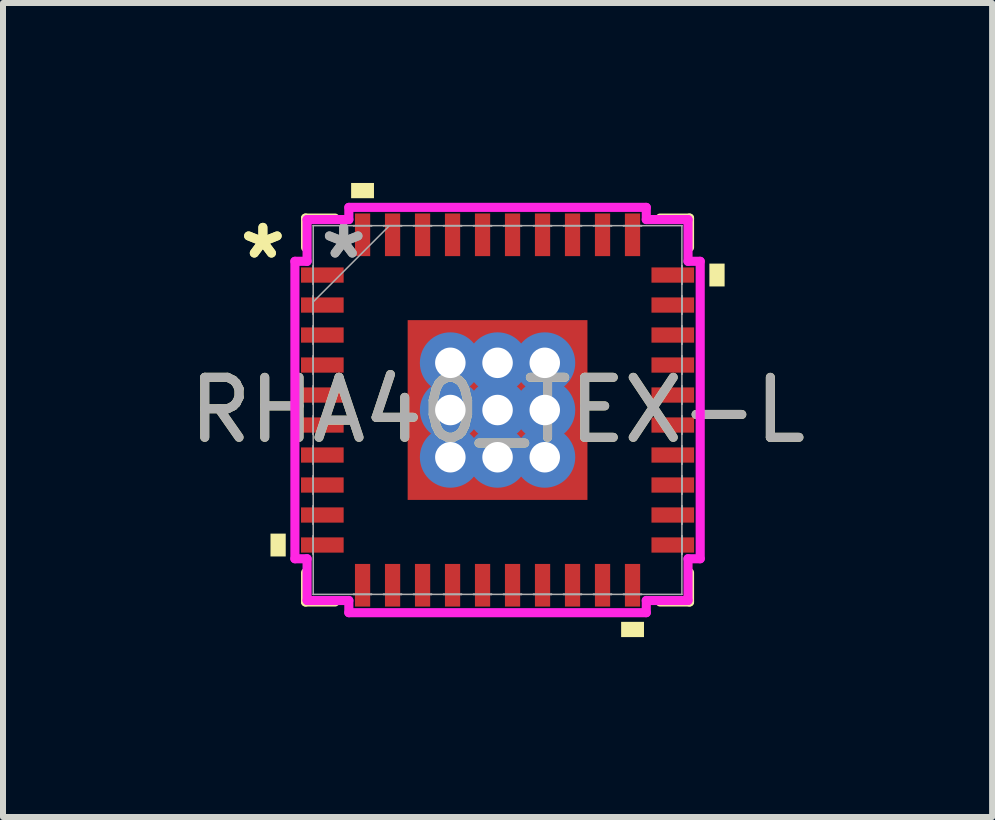
<source format=kicad_pcb>
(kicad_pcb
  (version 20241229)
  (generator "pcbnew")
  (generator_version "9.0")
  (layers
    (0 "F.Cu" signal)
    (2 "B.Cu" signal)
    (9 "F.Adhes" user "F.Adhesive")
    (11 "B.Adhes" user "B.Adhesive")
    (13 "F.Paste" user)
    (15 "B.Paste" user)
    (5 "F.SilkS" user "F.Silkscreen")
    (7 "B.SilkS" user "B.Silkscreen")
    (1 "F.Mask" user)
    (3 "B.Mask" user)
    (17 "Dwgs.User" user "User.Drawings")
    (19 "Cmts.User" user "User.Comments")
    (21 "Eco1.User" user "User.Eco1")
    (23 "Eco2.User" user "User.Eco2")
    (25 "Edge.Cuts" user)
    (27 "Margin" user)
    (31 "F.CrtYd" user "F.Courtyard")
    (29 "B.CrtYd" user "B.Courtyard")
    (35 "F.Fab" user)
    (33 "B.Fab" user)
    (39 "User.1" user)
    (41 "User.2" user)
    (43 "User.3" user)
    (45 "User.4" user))
  (footprint "RHA40_TEX-L"
    (layer "F.Cu")
    (at 5.244 3.785)
    (property "Reference" "RHA40_TEX-L" (at 0 0 0) (unlocked yes) (layer "F.SilkS") (effects (font (size 1 1) (thickness 0.15))))
    (attr smd)
    (fp_poly (pts (xy -1.562 -1.562) (xy -0.987 -1.562) (xy -0.987 1.562) (xy -1.562 1.562)) (stroke (width 0) (type solid)) (fill yes) (layer "F.Mask"))
    (fp_poly (pts (xy -1.562 -1.562) (xy 1.562 -1.562) (xy 1.562 -0.987) (xy -1.562 -0.987)) (stroke (width 0) (type solid)) (fill yes) (layer "F.Mask"))
    (fp_poly (pts (xy -1.562 -0.587) (xy 1.562 -0.587) (xy 1.562 -0.2) (xy -1.562 -0.2)) (stroke (width 0) (type solid)) (fill yes) (layer "F.Mask"))
    (fp_poly (pts (xy -1.562 0.2) (xy 1.562 0.2) (xy 1.562 0.587) (xy -1.562 0.587)) (stroke (width 0) (type solid)) (fill yes) (layer "F.Mask"))
    (fp_poly (pts (xy -1.562 0.987) (xy 1.562 0.987) (xy 1.562 1.562) (xy -1.562 1.562)) (stroke (width 0) (type solid)) (fill yes) (layer "F.Mask"))
    (fp_poly (pts (xy -0.2 -1.562) (xy -0.587 -1.562) (xy -0.587 1.562) (xy -0.2 1.562)) (stroke (width 0) (type solid)) (fill yes) (layer "F.Mask"))
    (fp_poly (pts (xy 0.587 -1.562) (xy 0.2 -1.562) (xy 0.2 1.562) (xy 0.587 1.562)) (stroke (width 0) (type solid)) (fill yes) (layer "F.Mask"))
    (fp_poly (pts (xy 0.987 -1.562) (xy 1.562 -1.562) (xy 1.562 1.562) (xy 0.987 1.562)) (stroke (width 0) (type solid)) (fill yes) (layer "F.Mask"))
    (fp_line (start -3.2 -3.2) (end -3.2 -2.71) (stroke (width 0.152) (type solid)) (layer "F.SilkS"))
    (fp_line (start -3.2 2.71) (end -3.2 3.2) (stroke (width 0.152) (type solid)) (layer "F.SilkS"))
    (fp_line (start -3.2 3.2) (end -2.71 3.2) (stroke (width 0.152) (type solid)) (layer "F.SilkS"))
    (fp_line (start -2.71 -3.2) (end -3.2 -3.2) (stroke (width 0.152) (type solid)) (layer "F.SilkS"))
    (fp_line (start 2.71 3.2) (end 3.2 3.2) (stroke (width 0.152) (type solid)) (layer "F.SilkS"))
    (fp_line (start 3.2 -3.2) (end 2.71 -3.2) (stroke (width 0.152) (type solid)) (layer "F.SilkS"))
    (fp_line (start 3.2 -2.71) (end 3.2 -3.2) (stroke (width 0.152) (type solid)) (layer "F.SilkS"))
    (fp_line (start 3.2 3.2) (end 3.2 2.71) (stroke (width 0.152) (type solid)) (layer "F.SilkS"))
    (fp_poly (pts (xy -3.785 2.06) (xy -3.785 2.441) (xy -3.531 2.441) (xy -3.531 2.06)) (stroke (width 0) (type solid)) (fill yes) (layer "F.SilkS"))
    (fp_poly (pts (xy -2.441 -3.531) (xy -2.441 -3.785) (xy -2.06 -3.785) (xy -2.06 -3.531)) (stroke (width 0) (type solid)) (fill yes) (layer "F.SilkS"))
    (fp_poly (pts (xy 2.06 3.531) (xy 2.06 3.785) (xy 2.441 3.785) (xy 2.441 3.531)) (stroke (width 0) (type solid)) (fill yes) (layer "F.SilkS"))
    (fp_poly (pts (xy 3.785 -2.441) (xy 3.785 -2.06) (xy 3.531 -2.06) (xy 3.531 -2.441)) (stroke (width 0) (type solid)) (fill yes) (layer "F.SilkS"))
    (fp_poly (pts (xy -1.424 -1.424) (xy -1.424 -0.887) (xy -1.029 -0.887) (xy -0.887 -1.029) (xy -0.887 -1.424)) (stroke (width 0) (type solid)) (fill yes) (layer "F.Paste"))
    (fp_poly (pts (xy -1.424 0.887) (xy -1.424 1.424) (xy -0.887 1.424) (xy -0.887 1.029) (xy -1.029 0.887)) (stroke (width 0) (type solid)) (fill yes) (layer "F.Paste"))
    (fp_poly (pts (xy 0.887 -1.424) (xy 0.887 -1.029) (xy 1.029 -0.887) (xy 1.424 -0.887) (xy 1.424 -1.424)) (stroke (width 0) (type solid)) (fill yes) (layer "F.Paste"))
    (fp_poly (pts (xy 1.029 0.887) (xy 0.887 1.029) (xy 0.887 1.424) (xy 1.424 1.424) (xy 1.424 0.887)) (stroke (width 0) (type solid)) (fill yes) (layer "F.Paste"))
    (fp_poly (pts (xy -1.424 -0.687) (xy -1.424 -0.1) (xy -1.029 -0.1) (xy -0.887 -0.241) (xy -0.887 -0.546) (xy -1.029 -0.687)) (stroke (width 0) (type solid)) (fill yes) (layer "F.Paste"))
    (fp_poly (pts (xy -1.424 0.1) (xy -1.424 0.687) (xy -1.029 0.687) (xy -0.887 0.546) (xy -0.887 0.241) (xy -1.029 0.1)) (stroke (width 0) (type solid)) (fill yes) (layer "F.Paste"))
    (fp_poly (pts (xy -0.687 -1.424) (xy -0.687 -1.029) (xy -0.546 -0.887) (xy -0.241 -0.887) (xy -0.1 -1.029) (xy -0.1 -1.424)) (stroke (width 0) (type solid)) (fill yes) (layer "F.Paste"))
    (fp_poly (pts (xy -0.546 0.887) (xy -0.687 1.029) (xy -0.687 1.424) (xy -0.1 1.424) (xy -0.1 1.029) (xy -0.241 0.887)) (stroke (width 0) (type solid)) (fill yes) (layer "F.Paste"))
    (fp_poly (pts (xy 0.1 -1.424) (xy 0.1 -1.029) (xy 0.241 -0.887) (xy 0.546 -0.887) (xy 0.687 -1.029) (xy 0.687 -1.424)) (stroke (width 0) (type solid)) (fill yes) (layer "F.Paste"))
    (fp_poly (pts (xy 0.241 0.887) (xy 0.1 1.029) (xy 0.1 1.424) (xy 0.687 1.424) (xy 0.687 1.029) (xy 0.546 0.887)) (stroke (width 0) (type solid)) (fill yes) (layer "F.Paste"))
    (fp_poly (pts (xy 1.029 -0.687) (xy 0.887 -0.546) (xy 0.887 -0.241) (xy 1.029 -0.1) (xy 1.424 -0.1) (xy 1.424 -0.687)) (stroke (width 0) (type solid)) (fill yes) (layer "F.Paste"))
    (fp_poly (pts (xy 1.029 0.1) (xy 0.887 0.241) (xy 0.887 0.546) (xy 1.029 0.687) (xy 1.424 0.687) (xy 1.424 0.1)) (stroke (width 0) (type solid)) (fill yes) (layer "F.Paste"))
    (fp_poly (pts (xy -0.546 -0.687) (xy -0.687 -0.546) (xy -0.687 -0.241) (xy -0.546 -0.1) (xy -0.241 -0.1) (xy -0.1 -0.241) (xy -0.1 -0.546) (xy -0.241 -0.687)) (stroke (width 0) (type solid)) (fill yes) (layer "F.Paste"))
    (fp_poly (pts (xy -0.546 0.1) (xy -0.687 0.241) (xy -0.687 0.546) (xy -0.546 0.687) (xy -0.241 0.687) (xy -0.1 0.546) (xy -0.1 0.241) (xy -0.241 0.1)) (stroke (width 0) (type solid)) (fill yes) (layer "F.Paste"))
    (fp_poly (pts (xy 0.241 -0.687) (xy 0.1 -0.546) (xy 0.1 -0.241) (xy 0.241 -0.1) (xy 0.546 -0.1) (xy 0.687 -0.241) (xy 0.687 -0.546) (xy 0.546 -0.687)) (stroke (width 0) (type solid)) (fill yes) (layer "F.Paste"))
    (fp_poly (pts (xy 0.241 0.1) (xy 0.1 0.241) (xy 0.1 0.546) (xy 0.241 0.687) (xy 0.546 0.687) (xy 0.687 0.546) (xy 0.687 0.241) (xy 0.546 0.1)) (stroke (width 0) (type solid)) (fill yes) (layer "F.Paste"))
    (fp_line (start -3.378 -2.479) (end -3.175 -2.479) (stroke (width 0.152) (type solid)) (layer "F.CrtYd"))
    (fp_line (start -3.378 2.479) (end -3.378 -2.479) (stroke (width 0.152) (type solid)) (layer "F.CrtYd"))
    (fp_line (start -3.175 -3.175) (end -2.479 -3.175) (stroke (width 0.152) (type solid)) (layer "F.CrtYd"))
    (fp_line (start -3.175 -2.479) (end -3.175 -3.175) (stroke (width 0.152) (type solid)) (layer "F.CrtYd"))
    (fp_line (start -3.175 2.479) (end -3.378 2.479) (stroke (width 0.152) (type solid)) (layer "F.CrtYd"))
    (fp_line (start -3.175 3.175) (end -3.175 2.479) (stroke (width 0.152) (type solid)) (layer "F.CrtYd"))
    (fp_line (start -2.479 -3.378) (end 2.479 -3.378) (stroke (width 0.152) (type solid)) (layer "F.CrtYd"))
    (fp_line (start -2.479 -3.175) (end -2.479 -3.378) (stroke (width 0.152) (type solid)) (layer "F.CrtYd"))
    (fp_line (start -2.479 3.175) (end -3.175 3.175) (stroke (width 0.152) (type solid)) (layer "F.CrtYd"))
    (fp_line (start -2.479 3.378) (end -2.479 3.175) (stroke (width 0.152) (type solid)) (layer "F.CrtYd"))
    (fp_line (start 2.479 -3.378) (end 2.479 -3.175) (stroke (width 0.152) (type solid)) (layer "F.CrtYd"))
    (fp_line (start 2.479 -3.175) (end 3.175 -3.175) (stroke (width 0.152) (type solid)) (layer "F.CrtYd"))
    (fp_line (start 2.479 3.175) (end 2.479 3.378) (stroke (width 0.152) (type solid)) (layer "F.CrtYd"))
    (fp_line (start 2.479 3.378) (end -2.479 3.378) (stroke (width 0.152) (type solid)) (layer "F.CrtYd"))
    (fp_line (start 3.175 -3.175) (end 3.175 -2.479) (stroke (width 0.152) (type solid)) (layer "F.CrtYd"))
    (fp_line (start 3.175 -2.479) (end 3.378 -2.479) (stroke (width 0.152) (type solid)) (layer "F.CrtYd"))
    (fp_line (start 3.175 2.479) (end 3.175 3.175) (stroke (width 0.152) (type solid)) (layer "F.CrtYd"))
    (fp_line (start 3.175 3.175) (end 2.479 3.175) (stroke (width 0.152) (type solid)) (layer "F.CrtYd"))
    (fp_line (start 3.378 -2.479) (end 3.378 2.479) (stroke (width 0.152) (type solid)) (layer "F.CrtYd"))
    (fp_line (start 3.378 2.479) (end 3.175 2.479) (stroke (width 0.152) (type solid)) (layer "F.CrtYd"))
    (fp_line (start -3.073 -3.073) (end -3.073 -3.073) (stroke (width 0.025) (type solid)) (layer "F.Fab"))
    (fp_line (start -3.073 -3.073) (end -3.073 3.073) (stroke (width 0.025) (type solid)) (layer "F.Fab"))
    (fp_line (start -3.073 -2.402) (end -3.073 -2.402) (stroke (width 0.025) (type solid)) (layer "F.Fab"))
    (fp_line (start -3.073 -2.402) (end -3.073 -2.098) (stroke (width 0.025) (type solid)) (layer "F.Fab"))
    (fp_line (start -3.073 -2.098) (end -3.073 -2.402) (stroke (width 0.025) (type solid)) (layer "F.Fab"))
    (fp_line (start -3.073 -2.098) (end -3.073 -2.098) (stroke (width 0.025) (type solid)) (layer "F.Fab"))
    (fp_line (start -3.073 -1.902) (end -3.073 -1.902) (stroke (width 0.025) (type solid)) (layer "F.Fab"))
    (fp_line (start -3.073 -1.902) (end -3.073 -1.598) (stroke (width 0.025) (type solid)) (layer "F.Fab"))
    (fp_line (start -3.073 -1.803) (end -1.803 -3.073) (stroke (width 0.025) (type solid)) (layer "F.Fab"))
    (fp_line (start -3.073 -1.598) (end -3.073 -1.902) (stroke (width 0.025) (type solid)) (layer "F.Fab"))
    (fp_line (start -3.073 -1.598) (end -3.073 -1.598) (stroke (width 0.025) (type solid)) (layer "F.Fab"))
    (fp_line (start -3.073 -1.402) (end -3.073 -1.402) (stroke (width 0.025) (type solid)) (layer "F.Fab"))
    (fp_line (start -3.073 -1.402) (end -3.073 -1.098) (stroke (width 0.025) (type solid)) (layer "F.Fab"))
    (fp_line (start -3.073 -1.098) (end -3.073 -1.402) (stroke (width 0.025) (type solid)) (layer "F.Fab"))
    (fp_line (start -3.073 -1.098) (end -3.073 -1.098) (stroke (width 0.025) (type solid)) (layer "F.Fab"))
    (fp_line (start -3.073 -0.902) (end -3.073 -0.902) (stroke (width 0.025) (type solid)) (layer "F.Fab"))
    (fp_line (start -3.073 -0.902) (end -3.073 -0.598) (stroke (width 0.025) (type solid)) (layer "F.Fab"))
    (fp_line (start -3.073 -0.598) (end -3.073 -0.902) (stroke (width 0.025) (type solid)) (layer "F.Fab"))
    (fp_line (start -3.073 -0.598) (end -3.073 -0.598) (stroke (width 0.025) (type solid)) (layer "F.Fab"))
    (fp_line (start -3.073 -0.402) (end -3.073 -0.402) (stroke (width 0.025) (type solid)) (layer "F.Fab"))
    (fp_line (start -3.073 -0.402) (end -3.073 -0.098) (stroke (width 0.025) (type solid)) (layer "F.Fab"))
    (fp_line (start -3.073 -0.098) (end -3.073 -0.402) (stroke (width 0.025) (type solid)) (layer "F.Fab"))
    (fp_line (start -3.073 -0.098) (end -3.073 -0.098) (stroke (width 0.025) (type solid)) (layer "F.Fab"))
    (fp_line (start -3.073 0.098) (end -3.073 0.098) (stroke (width 0.025) (type solid)) (layer "F.Fab"))
    (fp_line (start -3.073 0.098) (end -3.073 0.402) (stroke (width 0.025) (type solid)) (layer "F.Fab"))
    (fp_line (start -3.073 0.402) (end -3.073 0.098) (stroke (width 0.025) (type solid)) (layer "F.Fab"))
    (fp_line (start -3.073 0.402) (end -3.073 0.402) (stroke (width 0.025) (type solid)) (layer "F.Fab"))
    (fp_line (start -3.073 0.598) (end -3.073 0.598) (stroke (width 0.025) (type solid)) (layer "F.Fab"))
    (fp_line (start -3.073 0.598) (end -3.073 0.902) (stroke (width 0.025) (type solid)) (layer "F.Fab"))
    (fp_line (start -3.073 0.902) (end -3.073 0.598) (stroke (width 0.025) (type solid)) (layer "F.Fab"))
    (fp_line (start -3.073 0.902) (end -3.073 0.902) (stroke (width 0.025) (type solid)) (layer "F.Fab"))
    (fp_line (start -3.073 1.098) (end -3.073 1.098) (stroke (width 0.025) (type solid)) (layer "F.Fab"))
    (fp_line (start -3.073 1.098) (end -3.073 1.402) (stroke (width 0.025) (type solid)) (layer "F.Fab"))
    (fp_line (start -3.073 1.402) (end -3.073 1.098) (stroke (width 0.025) (type solid)) (layer "F.Fab"))
    (fp_line (start -3.073 1.402) (end -3.073 1.402) (stroke (width 0.025) (type solid)) (layer "F.Fab"))
    (fp_line (start -3.073 1.598) (end -3.073 1.598) (stroke (width 0.025) (type solid)) (layer "F.Fab"))
    (fp_line (start -3.073 1.598) (end -3.073 1.902) (stroke (width 0.025) (type solid)) (layer "F.Fab"))
    (fp_line (start -3.073 1.902) (end -3.073 1.598) (stroke (width 0.025) (type solid)) (layer "F.Fab"))
    (fp_line (start -3.073 1.902) (end -3.073 1.902) (stroke (width 0.025) (type solid)) (layer "F.Fab"))
    (fp_line (start -3.073 2.098) (end -3.073 2.098) (stroke (width 0.025) (type solid)) (layer "F.Fab"))
    (fp_line (start -3.073 2.098) (end -3.073 2.402) (stroke (width 0.025) (type solid)) (layer "F.Fab"))
    (fp_line (start -3.073 2.402) (end -3.073 2.098) (stroke (width 0.025) (type solid)) (layer "F.Fab"))
    (fp_line (start -3.073 2.402) (end -3.073 2.402) (stroke (width 0.025) (type solid)) (layer "F.Fab"))
    (fp_line (start -3.073 3.073) (end -3.073 3.073) (stroke (width 0.025) (type solid)) (layer "F.Fab"))
    (fp_line (start -3.073 3.073) (end 3.073 3.073) (stroke (width 0.025) (type solid)) (layer "F.Fab"))
    (fp_line (start -2.402 -3.073) (end -2.402 -3.073) (stroke (width 0.025) (type solid)) (layer "F.Fab"))
    (fp_line (start -2.402 -3.073) (end -2.098 -3.073) (stroke (width 0.025) (type solid)) (layer "F.Fab"))
    (fp_line (start -2.402 3.073) (end -2.402 3.073) (stroke (width 0.025) (type solid)) (layer "F.Fab"))
    (fp_line (start -2.402 3.073) (end -2.098 3.073) (stroke (width 0.025) (type solid)) (layer "F.Fab"))
    (fp_line (start -2.098 -3.073) (end -2.402 -3.073) (stroke (width 0.025) (type solid)) (layer "F.Fab"))
    (fp_line (start -2.098 -3.073) (end -2.098 -3.073) (stroke (width 0.025) (type solid)) (layer "F.Fab"))
    (fp_line (start -2.098 3.073) (end -2.402 3.073) (stroke (width 0.025) (type solid)) (layer "F.Fab"))
    (fp_line (start -2.098 3.073) (end -2.098 3.073) (stroke (width 0.025) (type solid)) (layer "F.Fab"))
    (fp_line (start -1.902 -3.073) (end -1.902 -3.073) (stroke (width 0.025) (type solid)) (layer "F.Fab"))
    (fp_line (start -1.902 -3.073) (end -1.598 -3.073) (stroke (width 0.025) (type solid)) (layer "F.Fab"))
    (fp_line (start -1.902 3.073) (end -1.902 3.073) (stroke (width 0.025) (type solid)) (layer "F.Fab"))
    (fp_line (start -1.902 3.073) (end -1.598 3.073) (stroke (width 0.025) (type solid)) (layer "F.Fab"))
    (fp_line (start -1.598 -3.073) (end -1.902 -3.073) (stroke (width 0.025) (type solid)) (layer "F.Fab"))
    (fp_line (start -1.598 -3.073) (end -1.598 -3.073) (stroke (width 0.025) (type solid)) (layer "F.Fab"))
    (fp_line (start -1.598 3.073) (end -1.902 3.073) (stroke (width 0.025) (type solid)) (layer "F.Fab"))
    (fp_line (start -1.598 3.073) (end -1.598 3.073) (stroke (width 0.025) (type solid)) (layer "F.Fab"))
    (fp_line (start -1.402 -3.073) (end -1.402 -3.073) (stroke (width 0.025) (type solid)) (layer "F.Fab"))
    (fp_line (start -1.402 -3.073) (end -1.098 -3.073) (stroke (width 0.025) (type solid)) (layer "F.Fab"))
    (fp_line (start -1.402 3.073) (end -1.402 3.073) (stroke (width 0.025) (type solid)) (layer "F.Fab"))
    (fp_line (start -1.402 3.073) (end -1.098 3.073) (stroke (width 0.025) (type solid)) (layer "F.Fab"))
    (fp_line (start -1.098 -3.073) (end -1.402 -3.073) (stroke (width 0.025) (type solid)) (layer "F.Fab"))
    (fp_line (start -1.098 -3.073) (end -1.098 -3.073) (stroke (width 0.025) (type solid)) (layer "F.Fab"))
    (fp_line (start -1.098 3.073) (end -1.402 3.073) (stroke (width 0.025) (type solid)) (layer "F.Fab"))
    (fp_line (start -1.098 3.073) (end -1.098 3.073) (stroke (width 0.025) (type solid)) (layer "F.Fab"))
    (fp_line (start -0.902 -3.073) (end -0.902 -3.073) (stroke (width 0.025) (type solid)) (layer "F.Fab"))
    (fp_line (start -0.902 -3.073) (end -0.598 -3.073) (stroke (width 0.025) (type solid)) (layer "F.Fab"))
    (fp_line (start -0.902 3.073) (end -0.902 3.073) (stroke (width 0.025) (type solid)) (layer "F.Fab"))
    (fp_line (start -0.902 3.073) (end -0.598 3.073) (stroke (width 0.025) (type solid)) (layer "F.Fab"))
    (fp_line (start -0.598 -3.073) (end -0.902 -3.073) (stroke (width 0.025) (type solid)) (layer "F.Fab"))
    (fp_line (start -0.598 -3.073) (end -0.598 -3.073) (stroke (width 0.025) (type solid)) (layer "F.Fab"))
    (fp_line (start -0.598 3.073) (end -0.902 3.073) (stroke (width 0.025) (type solid)) (layer "F.Fab"))
    (fp_line (start -0.598 3.073) (end -0.598 3.073) (stroke (width 0.025) (type solid)) (layer "F.Fab"))
    (fp_line (start -0.402 -3.073) (end -0.402 -3.073) (stroke (width 0.025) (type solid)) (layer "F.Fab"))
    (fp_line (start -0.402 -3.073) (end -0.098 -3.073) (stroke (width 0.025) (type solid)) (layer "F.Fab"))
    (fp_line (start -0.402 3.073) (end -0.402 3.073) (stroke (width 0.025) (type solid)) (layer "F.Fab"))
    (fp_line (start -0.402 3.073) (end -0.098 3.073) (stroke (width 0.025) (type solid)) (layer "F.Fab"))
    (fp_line (start -0.098 -3.073) (end -0.402 -3.073) (stroke (width 0.025) (type solid)) (layer "F.Fab"))
    (fp_line (start -0.098 -3.073) (end -0.098 -3.073) (stroke (width 0.025) (type solid)) (layer "F.Fab"))
    (fp_line (start -0.098 3.073) (end -0.402 3.073) (stroke (width 0.025) (type solid)) (layer "F.Fab"))
    (fp_line (start -0.098 3.073) (end -0.098 3.073) (stroke (width 0.025) (type solid)) (layer "F.Fab"))
    (fp_line (start 0.098 -3.073) (end 0.098 -3.073) (stroke (width 0.025) (type solid)) (layer "F.Fab"))
    (fp_line (start 0.098 -3.073) (end 0.402 -3.073) (stroke (width 0.025) (type solid)) (layer "F.Fab"))
    (fp_line (start 0.098 3.073) (end 0.098 3.073) (stroke (width 0.025) (type solid)) (layer "F.Fab"))
    (fp_line (start 0.098 3.073) (end 0.402 3.073) (stroke (width 0.025) (type solid)) (layer "F.Fab"))
    (fp_line (start 0.402 -3.073) (end 0.098 -3.073) (stroke (width 0.025) (type solid)) (layer "F.Fab"))
    (fp_line (start 0.402 -3.073) (end 0.402 -3.073) (stroke (width 0.025) (type solid)) (layer "F.Fab"))
    (fp_line (start 0.402 3.073) (end 0.098 3.073) (stroke (width 0.025) (type solid)) (layer "F.Fab"))
    (fp_line (start 0.402 3.073) (end 0.402 3.073) (stroke (width 0.025) (type solid)) (layer "F.Fab"))
    (fp_line (start 0.598 -3.073) (end 0.598 -3.073) (stroke (width 0.025) (type solid)) (layer "F.Fab"))
    (fp_line (start 0.598 -3.073) (end 0.902 -3.073) (stroke (width 0.025) (type solid)) (layer "F.Fab"))
    (fp_line (start 0.598 3.073) (end 0.598 3.073) (stroke (width 0.025) (type solid)) (layer "F.Fab"))
    (fp_line (start 0.598 3.073) (end 0.902 3.073) (stroke (width 0.025) (type solid)) (layer "F.Fab"))
    (fp_line (start 0.902 -3.073) (end 0.598 -3.073) (stroke (width 0.025) (type solid)) (layer "F.Fab"))
    (fp_line (start 0.902 -3.073) (end 0.902 -3.073) (stroke (width 0.025) (type solid)) (layer "F.Fab"))
    (fp_line (start 0.902 3.073) (end 0.598 3.073) (stroke (width 0.025) (type solid)) (layer "F.Fab"))
    (fp_line (start 0.902 3.073) (end 0.902 3.073) (stroke (width 0.025) (type solid)) (layer "F.Fab"))
    (fp_line (start 1.098 -3.073) (end 1.098 -3.073) (stroke (width 0.025) (type solid)) (layer "F.Fab"))
    (fp_line (start 1.098 -3.073) (end 1.402 -3.073) (stroke (width 0.025) (type solid)) (layer "F.Fab"))
    (fp_line (start 1.098 3.073) (end 1.098 3.073) (stroke (width 0.025) (type solid)) (layer "F.Fab"))
    (fp_line (start 1.098 3.073) (end 1.402 3.073) (stroke (width 0.025) (type solid)) (layer "F.Fab"))
    (fp_line (start 1.402 -3.073) (end 1.098 -3.073) (stroke (width 0.025) (type solid)) (layer "F.Fab"))
    (fp_line (start 1.402 -3.073) (end 1.402 -3.073) (stroke (width 0.025) (type solid)) (layer "F.Fab"))
    (fp_line (start 1.402 3.073) (end 1.098 3.073) (stroke (width 0.025) (type solid)) (layer "F.Fab"))
    (fp_line (start 1.402 3.073) (end 1.402 3.073) (stroke (width 0.025) (type solid)) (layer "F.Fab"))
    (fp_line (start 1.598 -3.073) (end 1.598 -3.073) (stroke (width 0.025) (type solid)) (layer "F.Fab"))
    (fp_line (start 1.598 -3.073) (end 1.902 -3.073) (stroke (width 0.025) (type solid)) (layer "F.Fab"))
    (fp_line (start 1.598 3.073) (end 1.598 3.073) (stroke (width 0.025) (type solid)) (layer "F.Fab"))
    (fp_line (start 1.598 3.073) (end 1.902 3.073) (stroke (width 0.025) (type solid)) (layer "F.Fab"))
    (fp_line (start 1.902 -3.073) (end 1.598 -3.073) (stroke (width 0.025) (type solid)) (layer "F.Fab"))
    (fp_line (start 1.902 -3.073) (end 1.902 -3.073) (stroke (width 0.025) (type solid)) (layer "F.Fab"))
    (fp_line (start 1.902 3.073) (end 1.598 3.073) (stroke (width 0.025) (type solid)) (layer "F.Fab"))
    (fp_line (start 1.902 3.073) (end 1.902 3.073) (stroke (width 0.025) (type solid)) (layer "F.Fab"))
    (fp_line (start 2.098 -3.073) (end 2.098 -3.073) (stroke (width 0.025) (type solid)) (layer "F.Fab"))
    (fp_line (start 2.098 -3.073) (end 2.402 -3.073) (stroke (width 0.025) (type solid)) (layer "F.Fab"))
    (fp_line (start 2.098 3.073) (end 2.098 3.073) (stroke (width 0.025) (type solid)) (layer "F.Fab"))
    (fp_line (start 2.098 3.073) (end 2.402 3.073) (stroke (width 0.025) (type solid)) (layer "F.Fab"))
    (fp_line (start 2.402 -3.073) (end 2.098 -3.073) (stroke (width 0.025) (type solid)) (layer "F.Fab"))
    (fp_line (start 2.402 -3.073) (end 2.402 -3.073) (stroke (width 0.025) (type solid)) (layer "F.Fab"))
    (fp_line (start 2.402 3.073) (end 2.098 3.073) (stroke (width 0.025) (type solid)) (layer "F.Fab"))
    (fp_line (start 2.402 3.073) (end 2.402 3.073) (stroke (width 0.025) (type solid)) (layer "F.Fab"))
    (fp_line (start 3.073 -3.073) (end -3.073 -3.073) (stroke (width 0.025) (type solid)) (layer "F.Fab"))
    (fp_line (start 3.073 -3.073) (end 3.073 -3.073) (stroke (width 0.025) (type solid)) (layer "F.Fab"))
    (fp_line (start 3.073 -2.402) (end 3.073 -2.402) (stroke (width 0.025) (type solid)) (layer "F.Fab"))
    (fp_line (start 3.073 -2.402) (end 3.073 -2.098) (stroke (width 0.025) (type solid)) (layer "F.Fab"))
    (fp_line (start 3.073 -2.098) (end 3.073 -2.402) (stroke (width 0.025) (type solid)) (layer "F.Fab"))
    (fp_line (start 3.073 -2.098) (end 3.073 -2.098) (stroke (width 0.025) (type solid)) (layer "F.Fab"))
    (fp_line (start 3.073 -1.902) (end 3.073 -1.902) (stroke (width 0.025) (type solid)) (layer "F.Fab"))
    (fp_line (start 3.073 -1.902) (end 3.073 -1.598) (stroke (width 0.025) (type solid)) (layer "F.Fab"))
    (fp_line (start 3.073 -1.598) (end 3.073 -1.902) (stroke (width 0.025) (type solid)) (layer "F.Fab"))
    (fp_line (start 3.073 -1.598) (end 3.073 -1.598) (stroke (width 0.025) (type solid)) (layer "F.Fab"))
    (fp_line (start 3.073 -1.402) (end 3.073 -1.402) (stroke (width 0.025) (type solid)) (layer "F.Fab"))
    (fp_line (start 3.073 -1.402) (end 3.073 -1.098) (stroke (width 0.025) (type solid)) (layer "F.Fab"))
    (fp_line (start 3.073 -1.098) (end 3.073 -1.402) (stroke (width 0.025) (type solid)) (layer "F.Fab"))
    (fp_line (start 3.073 -1.098) (end 3.073 -1.098) (stroke (width 0.025) (type solid)) (layer "F.Fab"))
    (fp_line (start 3.073 -0.902) (end 3.073 -0.902) (stroke (width 0.025) (type solid)) (layer "F.Fab"))
    (fp_line (start 3.073 -0.902) (end 3.073 -0.598) (stroke (width 0.025) (type solid)) (layer "F.Fab"))
    (fp_line (start 3.073 -0.598) (end 3.073 -0.902) (stroke (width 0.025) (type solid)) (layer "F.Fab"))
    (fp_line (start 3.073 -0.598) (end 3.073 -0.598) (stroke (width 0.025) (type solid)) (layer "F.Fab"))
    (fp_line (start 3.073 -0.402) (end 3.073 -0.402) (stroke (width 0.025) (type solid)) (layer "F.Fab"))
    (fp_line (start 3.073 -0.402) (end 3.073 -0.098) (stroke (width 0.025) (type solid)) (layer "F.Fab"))
    (fp_line (start 3.073 -0.098) (end 3.073 -0.402) (stroke (width 0.025) (type solid)) (layer "F.Fab"))
    (fp_line (start 3.073 -0.098) (end 3.073 -0.098) (stroke (width 0.025) (type solid)) (layer "F.Fab"))
    (fp_line (start 3.073 0.098) (end 3.073 0.098) (stroke (width 0.025) (type solid)) (layer "F.Fab"))
    (fp_line (start 3.073 0.098) (end 3.073 0.402) (stroke (width 0.025) (type solid)) (layer "F.Fab"))
    (fp_line (start 3.073 0.402) (end 3.073 0.098) (stroke (width 0.025) (type solid)) (layer "F.Fab"))
    (fp_line (start 3.073 0.402) (end 3.073 0.402) (stroke (width 0.025) (type solid)) (layer "F.Fab"))
    (fp_line (start 3.073 0.598) (end 3.073 0.598) (stroke (width 0.025) (type solid)) (layer "F.Fab"))
    (fp_line (start 3.073 0.598) (end 3.073 0.902) (stroke (width 0.025) (type solid)) (layer "F.Fab"))
    (fp_line (start 3.073 0.902) (end 3.073 0.598) (stroke (width 0.025) (type solid)) (layer "F.Fab"))
    (fp_line (start 3.073 0.902) (end 3.073 0.902) (stroke (width 0.025) (type solid)) (layer "F.Fab"))
    (fp_line (start 3.073 1.098) (end 3.073 1.098) (stroke (width 0.025) (type solid)) (layer "F.Fab"))
    (fp_line (start 3.073 1.098) (end 3.073 1.402) (stroke (width 0.025) (type solid)) (layer "F.Fab"))
    (fp_line (start 3.073 1.402) (end 3.073 1.098) (stroke (width 0.025) (type solid)) (layer "F.Fab"))
    (fp_line (start 3.073 1.402) (end 3.073 1.402) (stroke (width 0.025) (type solid)) (layer "F.Fab"))
    (fp_line (start 3.073 1.598) (end 3.073 1.598) (stroke (width 0.025) (type solid)) (layer "F.Fab"))
    (fp_line (start 3.073 1.598) (end 3.073 1.902) (stroke (width 0.025) (type solid)) (layer "F.Fab"))
    (fp_line (start 3.073 1.902) (end 3.073 1.598) (stroke (width 0.025) (type solid)) (layer "F.Fab"))
    (fp_line (start 3.073 1.902) (end 3.073 1.902) (stroke (width 0.025) (type solid)) (layer "F.Fab"))
    (fp_line (start 3.073 2.098) (end 3.073 2.098) (stroke (width 0.025) (type solid)) (layer "F.Fab"))
    (fp_line (start 3.073 2.098) (end 3.073 2.402) (stroke (width 0.025) (type solid)) (layer "F.Fab"))
    (fp_line (start 3.073 2.402) (end 3.073 2.098) (stroke (width 0.025) (type solid)) (layer "F.Fab"))
    (fp_line (start 3.073 2.402) (end 3.073 2.402) (stroke (width 0.025) (type solid)) (layer "F.Fab"))
    (fp_line (start 3.073 3.073) (end 3.073 -3.073) (stroke (width 0.025) (type solid)) (layer "F.Fab"))
    (fp_line (start 3.073 3.073) (end 3.073 3.073) (stroke (width 0.025) (type solid)) (layer "F.Fab"))
    (fp_text user "*" (at -3.912 -2.5 0) (unlocked yes) (layer "F.SilkS") (effects (font (size 1 1) (thickness 0.15))))
    (fp_text user "*" (at -3.912 -2.5 0) (layer "F.SilkS") (effects (font (size 1 1) (thickness 0.15))))
    (fp_text user "*" (at -2.565 -2.5 0) (unlocked yes) (layer "F.Fab") (effects (font (size 1 1) (thickness 0.15))))
    (fp_text user "${REFERENCE}" (at 0 0 0) (unlocked yes) (layer "F.Fab") (effects (font (size 1 1) (thickness 0.15))))
    (fp_text user "*" (at -2.565 -2.5 0) (layer "F.Fab") (effects (font (size 1 1) (thickness 0.15))))
    (pad "1" smd rect (at -2.921 -2.25 90) (size 0.254 0.711) (layers "F.Cu" "F.Mask" "F.Paste"))
    (pad "2" smd rect (at -2.921 -1.75 90) (size 0.254 0.711) (layers "F.Cu" "F.Mask" "F.Paste"))
    (pad "3" smd rect (at -2.921 -1.25 90) (size 0.254 0.711) (layers "F.Cu" "F.Mask" "F.Paste"))
    (pad "4" smd rect (at -2.921 -0.75 90) (size 0.254 0.711) (layers "F.Cu" "F.Mask" "F.Paste"))
    (pad "5" smd rect (at -2.921 -0.25 90) (size 0.254 0.711) (layers "F.Cu" "F.Mask" "F.Paste"))
    (pad "6" smd rect (at -2.921 0.25 90) (size 0.254 0.711) (layers "F.Cu" "F.Mask" "F.Paste"))
    (pad "7" smd rect (at -2.921 0.75 90) (size 0.254 0.711) (layers "F.Cu" "F.Mask" "F.Paste"))
    (pad "8" smd rect (at -2.921 1.25 90) (size 0.254 0.711) (layers "F.Cu" "F.Mask" "F.Paste"))
    (pad "9" smd rect (at -2.921 1.75 90) (size 0.254 0.711) (layers "F.Cu" "F.Mask" "F.Paste"))
    (pad "10" smd rect (at -2.921 2.25 90) (size 0.254 0.711) (layers "F.Cu" "F.Mask" "F.Paste"))
    (pad "11" smd rect (at -2.25 2.921) (size 0.254 0.711) (layers "F.Cu" "F.Mask" "F.Paste"))
    (pad "12" smd rect (at -1.75 2.921) (size 0.254 0.711) (layers "F.Cu" "F.Mask" "F.Paste"))
    (pad "13" smd rect (at -1.25 2.921) (size 0.254 0.711) (layers "F.Cu" "F.Mask" "F.Paste"))
    (pad "14" smd rect (at -0.75 2.921) (size 0.254 0.711) (layers "F.Cu" "F.Mask" "F.Paste"))
    (pad "15" smd rect (at -0.25 2.921) (size 0.254 0.711) (layers "F.Cu" "F.Mask" "F.Paste"))
    (pad "16" smd rect (at 0.25 2.921) (size 0.254 0.711) (layers "F.Cu" "F.Mask" "F.Paste"))
    (pad "17" smd rect (at 0.75 2.921) (size 0.254 0.711) (layers "F.Cu" "F.Mask" "F.Paste"))
    (pad "18" smd rect (at 1.25 2.921) (size 0.254 0.711) (layers "F.Cu" "F.Mask" "F.Paste"))
    (pad "19" smd rect (at 1.75 2.921) (size 0.254 0.711) (layers "F.Cu" "F.Mask" "F.Paste"))
    (pad "20" smd rect (at 2.25 2.921) (size 0.254 0.711) (layers "F.Cu" "F.Mask" "F.Paste"))
    (pad "21" smd rect (at 2.921 2.25 90) (size 0.254 0.711) (layers "F.Cu" "F.Mask" "F.Paste"))
    (pad "22" smd rect (at 2.921 1.75 90) (size 0.254 0.711) (layers "F.Cu" "F.Mask" "F.Paste"))
    (pad "23" smd rect (at 2.921 1.25 90) (size 0.254 0.711) (layers "F.Cu" "F.Mask" "F.Paste"))
    (pad "24" smd rect (at 2.921 0.75 90) (size 0.254 0.711) (layers "F.Cu" "F.Mask" "F.Paste"))
    (pad "25" smd rect (at 2.921 0.25 90) (size 0.254 0.711) (layers "F.Cu" "F.Mask" "F.Paste"))
    (pad "26" smd rect (at 2.921 -0.25 90) (size 0.254 0.711) (layers "F.Cu" "F.Mask" "F.Paste"))
    (pad "27" smd rect (at 2.921 -0.75 90) (size 0.254 0.711) (layers "F.Cu" "F.Mask" "F.Paste"))
    (pad "28" smd rect (at 2.921 -1.25 90) (size 0.254 0.711) (layers "F.Cu" "F.Mask" "F.Paste"))
    (pad "29" smd rect (at 2.921 -1.75 90) (size 0.254 0.711) (layers "F.Cu" "F.Mask" "F.Paste"))
    (pad "30" smd rect (at 2.921 -2.25 90) (size 0.254 0.711) (layers "F.Cu" "F.Mask" "F.Paste"))
    (pad "31" smd rect (at 2.25 -2.921) (size 0.254 0.711) (layers "F.Cu" "F.Mask" "F.Paste"))
    (pad "32" smd rect (at 1.75 -2.921) (size 0.254 0.711) (layers "F.Cu" "F.Mask" "F.Paste"))
    (pad "33" smd rect (at 1.25 -2.921) (size 0.254 0.711) (layers "F.Cu" "F.Mask" "F.Paste"))
    (pad "34" smd rect (at 0.75 -2.921) (size 0.254 0.711) (layers "F.Cu" "F.Mask" "F.Paste"))
    (pad "35" smd rect (at 0.25 -2.921) (size 0.254 0.711) (layers "F.Cu" "F.Mask" "F.Paste"))
    (pad "36" smd rect (at -0.25 -2.921) (size 0.254 0.711) (layers "F.Cu" "F.Mask" "F.Paste"))
    (pad "37" smd rect (at -0.75 -2.921) (size 0.254 0.711) (layers "F.Cu" "F.Mask" "F.Paste"))
    (pad "38" smd rect (at -1.25 -2.921) (size 0.254 0.711) (layers "F.Cu" "F.Mask" "F.Paste"))
    (pad "39" smd rect (at -1.75 -2.921) (size 0.254 0.711) (layers "F.Cu" "F.Mask" "F.Paste"))
    (pad "40" smd rect (at -2.25 -2.921) (size 0.254 0.711) (layers "F.Cu" "F.Mask" "F.Paste"))
    (pad "41" smd rect (at 0 0) (size 2.997 2.997) (layers "F.Cu"))
    (pad "V" thru_hole circle (at -0.787 -0.787) (size 1.016 1.016) (drill 0.508) (layers "*.Cu" "*.Mask"))
    (pad "V" thru_hole circle (at -0.787 0) (size 1.016 1.016) (drill 0.508) (layers "*.Cu" "*.Mask"))
    (pad "V" thru_hole circle (at -0.787 0.787) (size 1.016 1.016) (drill 0.508) (layers "*.Cu" "*.Mask"))
    (pad "V" thru_hole circle (at 0 -0.787) (size 1.016 1.016) (drill 0.508) (layers "*.Cu" "*.Mask"))
    (pad "V" thru_hole circle (at 0 0) (size 1.016 1.016) (drill 0.508) (layers "*.Cu" "*.Mask"))
    (pad "V" thru_hole circle (at 0 0.787) (size 1.016 1.016) (drill 0.508) (layers "*.Cu" "*.Mask"))
    (pad "V" thru_hole circle (at 0.787 -0.787) (size 1.016 1.016) (drill 0.508) (layers "*.Cu" "*.Mask"))
    (pad "V" thru_hole circle (at 0.787 0) (size 1.016 1.016) (drill 0.508) (layers "*.Cu" "*.Mask"))
    (pad "V" thru_hole circle (at 0.787 0.787) (size 1.016 1.016) (drill 0.508) (layers "*.Cu" "*.Mask")))
  (gr_rect
    (start -3 -3)
    (end 13.488 10.569)
    (stroke (width 0.1) (type default))
    (fill no)
    (layer "Edge.Cuts")))
</source>
